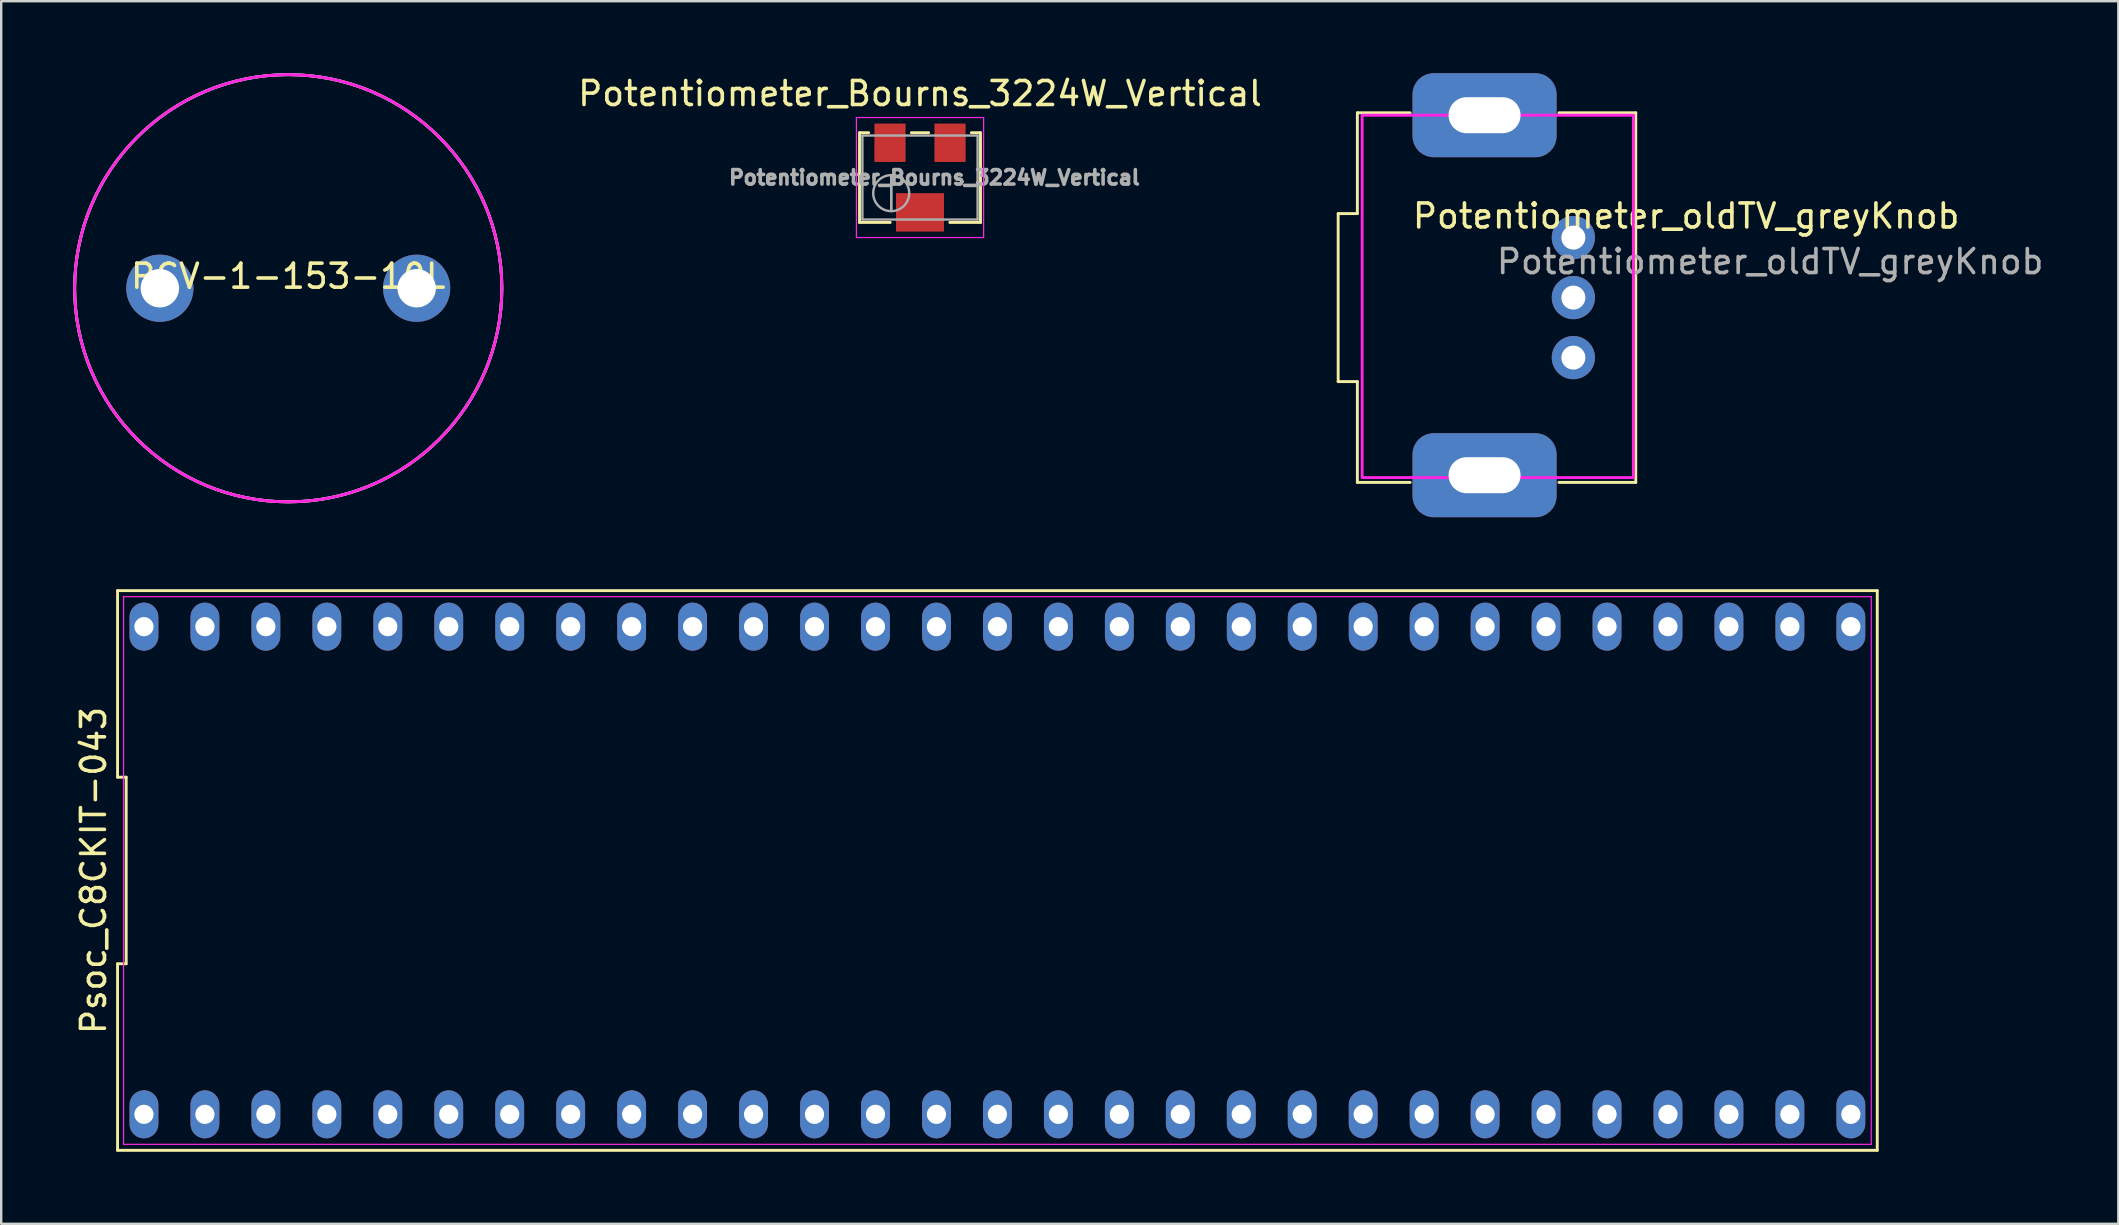
<source format=kicad_pcb>
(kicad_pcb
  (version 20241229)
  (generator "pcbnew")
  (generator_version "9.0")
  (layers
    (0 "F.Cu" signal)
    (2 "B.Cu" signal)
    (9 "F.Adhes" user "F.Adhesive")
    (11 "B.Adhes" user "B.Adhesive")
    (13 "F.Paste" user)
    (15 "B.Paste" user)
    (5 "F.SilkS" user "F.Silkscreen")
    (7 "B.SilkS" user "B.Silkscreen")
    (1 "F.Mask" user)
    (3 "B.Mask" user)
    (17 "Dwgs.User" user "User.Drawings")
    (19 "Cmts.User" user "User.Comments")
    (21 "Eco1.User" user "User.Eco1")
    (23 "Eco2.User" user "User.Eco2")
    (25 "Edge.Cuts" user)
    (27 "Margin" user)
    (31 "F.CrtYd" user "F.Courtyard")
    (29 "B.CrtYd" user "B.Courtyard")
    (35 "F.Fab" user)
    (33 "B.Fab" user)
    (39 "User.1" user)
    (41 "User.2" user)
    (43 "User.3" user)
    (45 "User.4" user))
  (footprint "Potentiometer_oldTV_greyKnob"
    (layer "F.Cu")
    (at 62.506 9.35)
    (property "Reference" "Potentiometer_oldTV_greyKnob" (at 4.7 -3.4 180) (layer "F.SilkS") (effects (font (size 1 1) (thickness 0.15))))
    (attr through_hole)
    (fp_line (start -9.8 -3.5) (end -9 -3.5) (stroke (width 0.12) (type default)) (layer "F.SilkS"))
    (fp_line (start -9.8 3.5) (end -9.8 -3.5) (stroke (width 0.12) (type default)) (layer "F.SilkS"))
    (fp_line (start -9 -7.7) (end -6.8 -7.7) (stroke (width 0.12) (type default)) (layer "F.SilkS"))
    (fp_line (start -9 -3.5) (end -9 -7.7) (stroke (width 0.12) (type default)) (layer "F.SilkS"))
    (fp_line (start -9 3.5) (end -9.8 3.5) (stroke (width 0.12) (type default)) (layer "F.SilkS"))
    (fp_line (start -9 7.7) (end -9 3.5) (stroke (width 0.12) (type default)) (layer "F.SilkS"))
    (fp_line (start -6.8 7.7) (end -9 7.7) (stroke (width 0.12) (type default)) (layer "F.SilkS"))
    (fp_line (start -0.6 -7.7) (end 2.6 -7.7) (stroke (width 0.12) (type default)) (layer "F.SilkS"))
    (fp_line (start 2.6 -7.7) (end 2.6 7.7) (stroke (width 0.12) (type default)) (layer "F.SilkS"))
    (fp_line (start 2.6 7.7) (end -0.6 7.7) (stroke (width 0.12) (type default)) (layer "F.SilkS"))
    (fp_rect (start -8.8 -7.6) (end 2.5 7.5) (stroke (width 0.12) (type default)) (fill no) (layer "F.CrtYd"))
    (fp_text user "${REFERENCE}" (at 8.2 -1.5 180) (layer "F.Fab") (effects (font (size 1 1) (thickness 0.15))))
    (pad "1" thru_hole circle (at 0 -2.5 180) (size 1.8 1.8) (drill 1) (layers "*.Cu" "*.Mask"))
    (pad "2" thru_hole circle (at 0 0 180) (size 1.8 1.8) (drill 1) (layers "*.Cu" "*.Mask"))
    (pad "3" thru_hole circle (at 0 2.5 180) (size 1.8 1.8) (drill 1) (layers "*.Cu" "*.Mask"))
    (pad "MP" thru_hole roundrect (at -3.7 -7.6 180) (size 6 3.5) (drill oval 3 1.5) (layers "*.Cu" "*.Mask") (roundrect_rratio 0.25))
    (pad "MP" thru_hole roundrect (at -3.7 7.4 180) (size 6 3.5) (drill oval 3 1.5) (layers "*.Cu" "*.Mask") (roundrect_rratio 0.25))
    (zone (net_name "") (layer "F.Cu") (name "Copper Keep Out") (hatch full 0.508) (connect_pads) (min_thickness 0.254) (filled_areas_thickness no) (keepout (tracks not_allowed) (vias not_allowed) (pads not_allowed) (copperpour not_allowed) (footprints not_allowed)) (placement (enabled no)) (fill) (polygon (pts (xy 53.706 1.2) (xy 55.806 1.2) (xy 55.806 2.25) (xy 53.706 2.25))))
    (zone (net_name "") (layer "F.Cu") (name "Copper Keep Out") (hatch full 0.508) (connect_pads) (min_thickness 0.254) (filled_areas_thickness no) (keepout (tracks not_allowed) (vias not_allowed) (pads not_allowed) (copperpour not_allowed) (footprints not_allowed)) (placement (enabled no)) (fill) (polygon (pts (xy 53.706 16.3) (xy 55.806 16.3) (xy 55.806 17.35) (xy 53.706 17.35))))
    (zone (net_name "") (layer "F.Cu") (name "Copper Keep Out") (hatch full 0.508) (connect_pads) (min_thickness 0.254) (filled_areas_thickness no) (keepout (tracks not_allowed) (vias not_allowed) (pads not_allowed) (copperpour not_allowed) (footprints not_allowed)) (placement (enabled no)) (fill) (polygon (pts (xy 61.806 1.2) (xy 65.106 1.2) (xy 65.106 2.25) (xy 61.806 2.25))))
    (zone (net_name "") (layer "F.Cu") (name "Copper Keep Out") (hatch full 0.508) (connect_pads) (min_thickness 0.254) (filled_areas_thickness no) (keepout (tracks not_allowed) (vias not_allowed) (pads not_allowed) (copperpour not_allowed) (footprints not_allowed)) (placement (enabled no)) (fill) (polygon (pts (xy 61.806 16.3) (xy 65.106 16.3) (xy 65.106 17.35) (xy 61.806 17.35)))))
  (footprint "PCV-1-153-10L"
    (layer "F.Cu")
    (at 8.96 8.96)
    (property "Reference" "PCV-1-153-10L" (at 0 -0.5 0) (unlocked yes) (layer "F.SilkS") (effects (font (size 1 1) (thickness 0.15))))
    (attr through_hole)
    (fp_circle (center 0 0) (end 8.9 0) (stroke (width 0.12) (type default)) (fill no) (layer "F.SilkS"))
    (fp_circle (center 0 0) (end 8.9 0) (stroke (width 0.12) (type default)) (fill no) (layer "F.CrtYd"))
    (fp_circle (center 0 0) (end 8.9 0) (stroke (width 0.12) (type default)) (fill no) (layer "F.Fab"))
    (pad "1" thru_hole circle (at -5.35 0) (size 2.8 2.8) (drill 1.6) (layers "*.Cu" "*.Mask"))
    (pad "2" thru_hole circle (at 5.35 0) (size 2.8 2.8) (drill 1.6) (layers "*.Cu" "*.Mask")))
  (footprint "Psoc_C8CKIT-043"
    (layer "F.Cu")
    (at 38.508 33.22)
    (property "Reference" "Psoc_C8CKIT-043" (at -37.66 0 90) (layer "F.SilkS") (effects (font (size 1 1) (thickness 0.15))))
    (fp_line (start -36.66 -11.66) (end -36.66 -3.887) (stroke (width 0.12) (type default)) (layer "F.SilkS"))
    (fp_line (start -36.66 -3.887) (end -36.3 -3.887) (stroke (width 0.12) (type default)) (layer "F.SilkS"))
    (fp_line (start -36.66 3.887) (end -36.66 11.66) (stroke (width 0.12) (type default)) (layer "F.SilkS"))
    (fp_line (start -36.66 11.66) (end 36.66 11.66) (stroke (width 0.12) (type default)) (layer "F.SilkS"))
    (fp_line (start -36.3 -3.887) (end -36.3 3.887) (stroke (width 0.12) (type default)) (layer "F.SilkS"))
    (fp_line (start -36.3 3.887) (end -36.66 3.887) (stroke (width 0.12) (type default)) (layer "F.SilkS"))
    (fp_line (start 36.66 -11.66) (end -36.66 -11.66) (stroke (width 0.12) (type default)) (layer "F.SilkS"))
    (fp_line (start 36.66 11.66) (end 36.66 -11.66) (stroke (width 0.12) (type default)) (layer "F.SilkS"))
    (fp_line (start -36.41 -11.41) (end 36.41 -11.41) (stroke (width 0.05) (type default)) (layer "F.CrtYd"))
    (fp_line (start -36.41 11.41) (end -36.41 -11.41) (stroke (width 0.05) (type default)) (layer "F.CrtYd"))
    (fp_line (start 36.41 -11.41) (end 36.41 11.41) (stroke (width 0.05) (type default)) (layer "F.CrtYd"))
    (fp_line (start 36.41 11.41) (end -36.41 11.41) (stroke (width 0.05) (type default)) (layer "F.CrtYd"))
    (pad "1" thru_hole oval (at -35.56 10.16) (size 1.2 2) (drill 0.8) (layers "*.Cu" "*.Mask"))
    (pad "2" thru_hole oval (at -33.02 10.16) (size 1.2 2) (drill 0.8) (layers "*.Cu" "*.Mask"))
    (pad "3" thru_hole oval (at -30.48 10.16) (size 1.2 2) (drill 0.8) (layers "*.Cu" "*.Mask"))
    (pad "4" thru_hole oval (at -27.94 10.16) (size 1.2 2) (drill 0.8) (layers "*.Cu" "*.Mask"))
    (pad "5" thru_hole oval (at -25.4 10.16) (size 1.2 2) (drill 0.8) (layers "*.Cu" "*.Mask"))
    (pad "6" thru_hole oval (at -22.86 10.16) (size 1.2 2) (drill 0.8) (layers "*.Cu" "*.Mask"))
    (pad "7" thru_hole oval (at -20.32 10.16) (size 1.2 2) (drill 0.8) (layers "*.Cu" "*.Mask"))
    (pad "8" thru_hole oval (at -17.78 10.16) (size 1.2 2) (drill 0.8) (layers "*.Cu" "*.Mask"))
    (pad "9" thru_hole oval (at -15.24 10.16) (size 1.2 2) (drill 0.8) (layers "*.Cu" "*.Mask"))
    (pad "10" thru_hole oval (at -12.7 10.16) (size 1.2 2) (drill 0.8) (layers "*.Cu" "*.Mask"))
    (pad "11" thru_hole oval (at -10.16 10.16) (size 1.2 2) (drill 0.8) (layers "*.Cu" "*.Mask"))
    (pad "12" thru_hole oval (at -7.62 10.16) (size 1.2 2) (drill 0.8) (layers "*.Cu" "*.Mask"))
    (pad "13" thru_hole oval (at -5.08 10.16) (size 1.2 2) (drill 0.8) (layers "*.Cu" "*.Mask"))
    (pad "14" thru_hole oval (at -2.54 10.16) (size 1.2 2) (drill 0.8) (layers "*.Cu" "*.Mask"))
    (pad "15" thru_hole oval (at 0 10.16) (size 1.2 2) (drill 0.8) (layers "*.Cu" "*.Mask"))
    (pad "16" thru_hole oval (at 2.54 10.16) (size 1.2 2) (drill 0.8) (layers "*.Cu" "*.Mask"))
    (pad "17" thru_hole oval (at 5.08 10.16) (size 1.2 2) (drill 0.8) (layers "*.Cu" "*.Mask"))
    (pad "18" thru_hole oval (at 7.62 10.16) (size 1.2 2) (drill 0.8) (layers "*.Cu" "*.Mask"))
    (pad "19" thru_hole oval (at 10.16 10.16) (size 1.2 2) (drill 0.8) (layers "*.Cu" "*.Mask"))
    (pad "20" thru_hole oval (at 12.7 10.16) (size 1.2 2) (drill 0.8) (layers "*.Cu" "*.Mask"))
    (pad "21" thru_hole oval (at 15.24 10.16) (size 1.2 2) (drill 0.8) (layers "*.Cu" "*.Mask"))
    (pad "22" thru_hole oval (at 17.78 10.16) (size 1.2 2) (drill 0.8) (layers "*.Cu" "*.Mask"))
    (pad "23" thru_hole oval (at 20.32 10.16) (size 1.2 2) (drill 0.8) (layers "*.Cu" "*.Mask"))
    (pad "24" thru_hole oval (at 22.86 10.16) (size 1.2 2) (drill 0.8) (layers "*.Cu" "*.Mask"))
    (pad "25" thru_hole oval (at 25.4 10.16) (size 1.2 2) (drill 0.8) (layers "*.Cu" "*.Mask"))
    (pad "26" thru_hole oval (at 27.94 10.16) (size 1.2 2) (drill 0.8) (layers "*.Cu" "*.Mask"))
    (pad "27" thru_hole oval (at 30.48 10.16) (size 1.2 2) (drill 0.8) (layers "*.Cu" "*.Mask"))
    (pad "28" thru_hole oval (at 33.02 10.16) (size 1.2 2) (drill 0.8) (layers "*.Cu" "*.Mask"))
    (pad "29" thru_hole oval (at 35.56 10.16) (size 1.2 2) (drill 0.8) (layers "*.Cu" "*.Mask"))
    (pad "30" thru_hole oval (at 35.56 -10.16) (size 1.2 2) (drill 0.8) (layers "*.Cu" "*.Mask"))
    (pad "31" thru_hole oval (at 33.02 -10.16) (size 1.2 2) (drill 0.8) (layers "*.Cu" "*.Mask"))
    (pad "32" thru_hole oval (at 30.48 -10.16) (size 1.2 2) (drill 0.8) (layers "*.Cu" "*.Mask"))
    (pad "33" thru_hole oval (at 27.94 -10.16) (size 1.2 2) (drill 0.8) (layers "*.Cu" "*.Mask"))
    (pad "34" thru_hole oval (at 25.4 -10.16) (size 1.2 2) (drill 0.8) (layers "*.Cu" "*.Mask"))
    (pad "35" thru_hole oval (at 22.86 -10.16) (size 1.2 2) (drill 0.8) (layers "*.Cu" "*.Mask"))
    (pad "36" thru_hole oval (at 20.32 -10.16) (size 1.2 2) (drill 0.8) (layers "*.Cu" "*.Mask"))
    (pad "37" thru_hole oval (at 17.78 -10.16) (size 1.2 2) (drill 0.8) (layers "*.Cu" "*.Mask"))
    (pad "38" thru_hole oval (at 15.24 -10.16) (size 1.2 2) (drill 0.8) (layers "*.Cu" "*.Mask"))
    (pad "39" thru_hole oval (at 12.7 -10.16) (size 1.2 2) (drill 0.8) (layers "*.Cu" "*.Mask"))
    (pad "40" thru_hole oval (at 10.16 -10.16) (size 1.2 2) (drill 0.8) (layers "*.Cu" "*.Mask"))
    (pad "41" thru_hole oval (at 7.62 -10.16) (size 1.2 2) (drill 0.8) (layers "*.Cu" "*.Mask"))
    (pad "42" thru_hole oval (at 5.08 -10.16) (size 1.2 2) (drill 0.8) (layers "*.Cu" "*.Mask"))
    (pad "43" thru_hole oval (at 2.54 -10.16) (size 1.2 2) (drill 0.8) (layers "*.Cu" "*.Mask"))
    (pad "44" thru_hole oval (at 0 -10.16) (size 1.2 2) (drill 0.8) (layers "*.Cu" "*.Mask"))
    (pad "45" thru_hole oval (at -2.54 -10.16) (size 1.2 2) (drill 0.8) (layers "*.Cu" "*.Mask"))
    (pad "46" thru_hole oval (at -5.08 -10.16) (size 1.2 2) (drill 0.8) (layers "*.Cu" "*.Mask"))
    (pad "47" thru_hole oval (at -7.62 -10.16) (size 1.2 2) (drill 0.8) (layers "*.Cu" "*.Mask"))
    (pad "48" thru_hole oval (at -10.16 -10.16) (size 1.2 2) (drill 0.8) (layers "*.Cu" "*.Mask"))
    (pad "49" thru_hole oval (at -12.7 -10.16) (size 1.2 2) (drill 0.8) (layers "*.Cu" "*.Mask"))
    (pad "50" thru_hole oval (at -15.24 -10.16) (size 1.2 2) (drill 0.8) (layers "*.Cu" "*.Mask"))
    (pad "51" thru_hole oval (at -17.78 -10.16) (size 1.2 2) (drill 0.8) (layers "*.Cu" "*.Mask"))
    (pad "52" thru_hole oval (at -20.32 -10.16) (size 1.2 2) (drill 0.8) (layers "*.Cu" "*.Mask"))
    (pad "53" thru_hole oval (at -22.86 -10.16) (size 1.2 2) (drill 0.8) (layers "*.Cu" "*.Mask"))
    (pad "54" thru_hole oval (at -25.4 -10.16) (size 1.2 2) (drill 0.8) (layers "*.Cu" "*.Mask"))
    (pad "55" thru_hole oval (at -27.94 -10.16) (size 1.2 2) (drill 0.8) (layers "*.Cu" "*.Mask"))
    (pad "56" thru_hole oval (at -30.48 -10.16) (size 1.2 2) (drill 0.8) (layers "*.Cu" "*.Mask"))
    (pad "57" thru_hole oval (at -33.02 -10.16) (size 1.2 2) (drill 0.8) (layers "*.Cu" "*.Mask"))
    (pad "58" thru_hole oval (at -35.56 -10.16) (size 1.2 2) (drill 0.8) (layers "*.Cu" "*.Mask")))
  (footprint "Potentiometer_Bourns_3224W_Vertical"
    (layer "F.Cu")
    (at 35.283 4.348)
    (property "Reference" "Potentiometer_Bourns_3224W_Vertical" (at 0 -3.5 0) (layer "F.SilkS") (effects (font (size 1 1) (thickness 0.15))))
    (attr smd)
    (fp_line (start -2.52 -1.87) (end -2.52 1.87) (stroke (width 0.12) (type solid)) (layer "F.SilkS"))
    (fp_line (start -2.52 -1.87) (end -2.14 -1.87) (stroke (width 0.12) (type solid)) (layer "F.SilkS"))
    (fp_line (start -2.52 1.87) (end -1.24 1.87) (stroke (width 0.12) (type solid)) (layer "F.SilkS"))
    (fp_line (start -0.36 -1.87) (end 0.36 -1.87) (stroke (width 0.12) (type solid)) (layer "F.SilkS"))
    (fp_line (start 1.24 1.87) (end 2.52 1.87) (stroke (width 0.12) (type solid)) (layer "F.SilkS"))
    (fp_line (start 2.14 -1.87) (end 2.52 -1.87) (stroke (width 0.12) (type solid)) (layer "F.SilkS"))
    (fp_line (start 2.52 -1.87) (end 2.52 1.87) (stroke (width 0.12) (type solid)) (layer "F.SilkS"))
    (fp_line (start -2.65 -2.5) (end -2.65 2.5) (stroke (width 0.05) (type solid)) (layer "F.CrtYd"))
    (fp_line (start -2.65 2.5) (end 2.65 2.5) (stroke (width 0.05) (type solid)) (layer "F.CrtYd"))
    (fp_line (start 2.65 -2.5) (end -2.65 -2.5) (stroke (width 0.05) (type solid)) (layer "F.CrtYd"))
    (fp_line (start 2.65 2.5) (end 2.65 -2.5) (stroke (width 0.05) (type solid)) (layer "F.CrtYd"))
    (fp_line (start -2.4 -1.75) (end -2.4 1.75) (stroke (width 0.1) (type solid)) (layer "F.Fab"))
    (fp_line (start -2.4 1.75) (end 2.4 1.75) (stroke (width 0.1) (type solid)) (layer "F.Fab"))
    (fp_line (start -1.2 1.393) (end -1.199 -0.092) (stroke (width 0.1) (type solid)) (layer "F.Fab"))
    (fp_line (start -1.2 1.393) (end -1.199 -0.092) (stroke (width 0.1) (type solid)) (layer "F.Fab"))
    (fp_line (start 2.4 -1.75) (end -2.4 -1.75) (stroke (width 0.1) (type solid)) (layer "F.Fab"))
    (fp_line (start 2.4 1.75) (end 2.4 -1.75) (stroke (width 0.1) (type solid)) (layer "F.Fab"))
    (fp_circle (center -1.2 0.65) (end -0.45 0.65) (stroke (width 0.1) (type solid)) (fill no) (layer "F.Fab"))
    (fp_text user "${REFERENCE}" (at 0.6 0 0) (layer "F.Fab") (effects (font (size 0.6 0.6) (thickness 0.15))))
    (pad "1" smd rect (at 1.25 -1.45) (size 1.3 1.6) (layers "F.Cu" "F.Mask" "F.Paste"))
    (pad "2" smd rect (at 0 1.45) (size 2 1.6) (layers "F.Cu" "F.Mask" "F.Paste"))
    (pad "3" smd rect (at -1.25 -1.45) (size 1.3 1.6) (layers "F.Cu" "F.Mask" "F.Paste")))
  (gr_rect
    (start -3 -3)
    (end 85.212 47.94)
    (stroke (width 0.1) (type default))
    (fill no)
    (layer "Edge.Cuts")))
</source>
